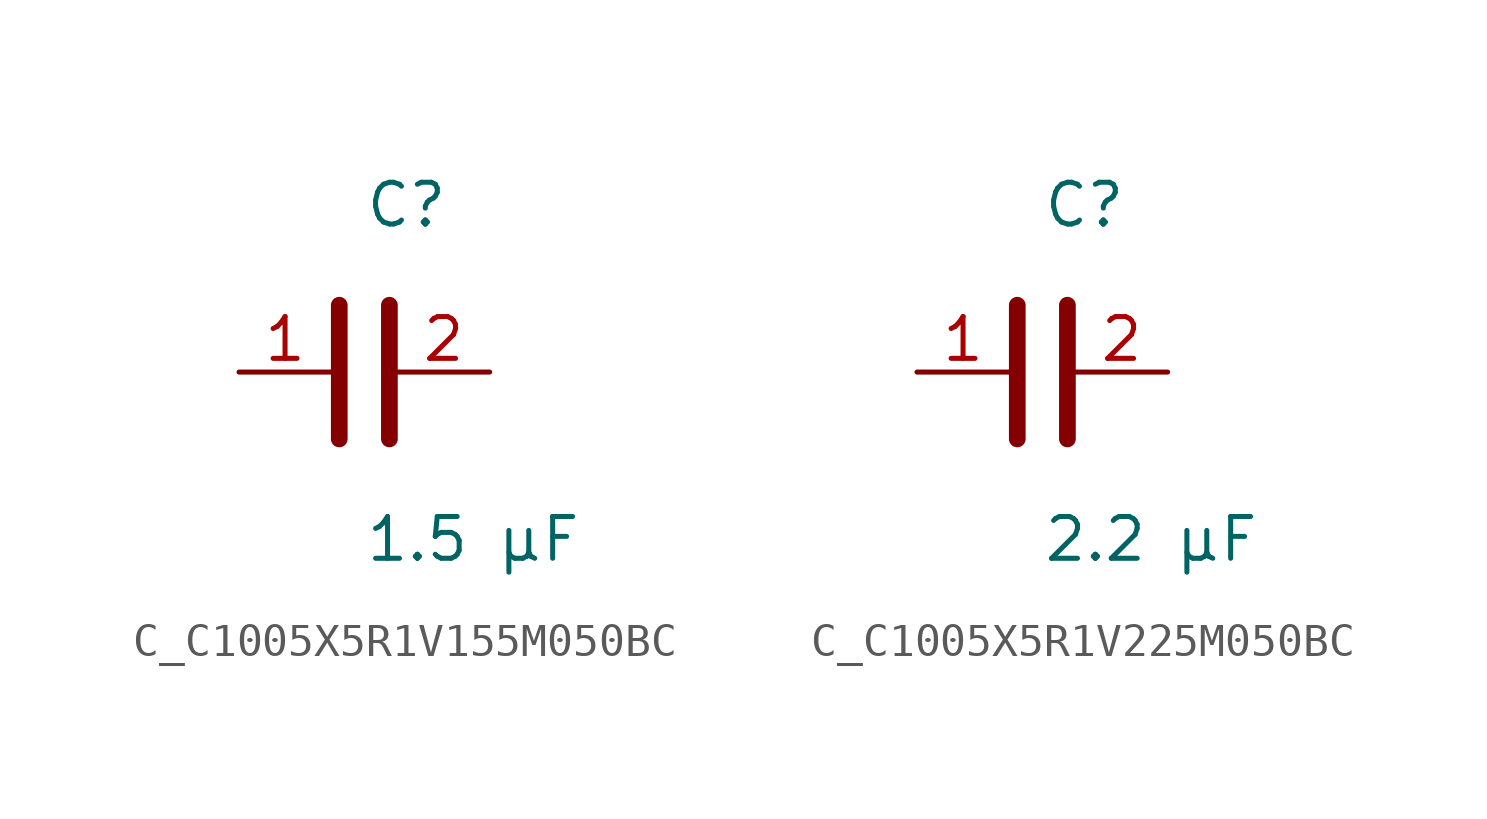
<source format=kicad_sym>
(kicad_symbol_lib
  (version 20231120)
  (generator kicad_symbol_editor)
  (generator_version 8.0)
  (symbol "C_C1005X5R1V155M050BC"
    (pin_names
      (offset 0.254))
    (property "Reference" "C"
      (at 0 5.08 0)
      (effects (font (size 1.27 1.27)) (justify left)))
    (property "Value" "1.5 µF"
      (at 0 -5.08 0)
      (effects (font (size 1.27 1.27)) (justify left)))
    (symbol "C_C1005X5R1V155M050BC_0_1"
      (polyline (pts (xy -0.762 -2.032) (xy -0.762 2.032)) (stroke (width 0.508) (type default)) (fill (type none)))
      (polyline (pts (xy 0.762 -2.032) (xy 0.762 2.032)) (stroke (width 0.508) (type default)) (fill (type none))))
    (pin unspecified line
      (at -3.81 0 0)
      (length 2.8)
      (name "" (effects (font (size 1.27 1.27))))
      (number "1" (effects (font (size 1.27 1.27)))))
    (pin unspecified line
      (at 3.81 0 180)
      (length 2.8)
      (name "" (effects (font (size 1.27 1.27))))
      (number "2" (effects (font (size 1.27 1.27))))))
  (symbol "C_C1005X5R1V225M050BC"
    (pin_names
      (offset 0.254))
    (property "Reference" "C"
      (at 0 5.08 0)
      (effects (font (size 1.27 1.27)) (justify left)))
    (property "Value" "2.2 µF"
      (at 0 -5.08 0)
      (effects (font (size 1.27 1.27)) (justify left)))
    (symbol "C_C1005X5R1V225M050BC_0_1"
      (polyline (pts (xy -0.762 -2.032) (xy -0.762 2.032)) (stroke (width 0.508) (type default)) (fill (type none)))
      (polyline (pts (xy 0.762 -2.032) (xy 0.762 2.032)) (stroke (width 0.508) (type default)) (fill (type none))))
    (pin unspecified line
      (at -3.81 0 0)
      (length 2.8)
      (name "" (effects (font (size 1.27 1.27))))
      (number "1" (effects (font (size 1.27 1.27)))))
    (pin unspecified line
      (at 3.81 0 180)
      (length 2.8)
      (name "" (effects (font (size 1.27 1.27))))
      (number "2" (effects (font (size 1.27 1.27)))))))
</source>
